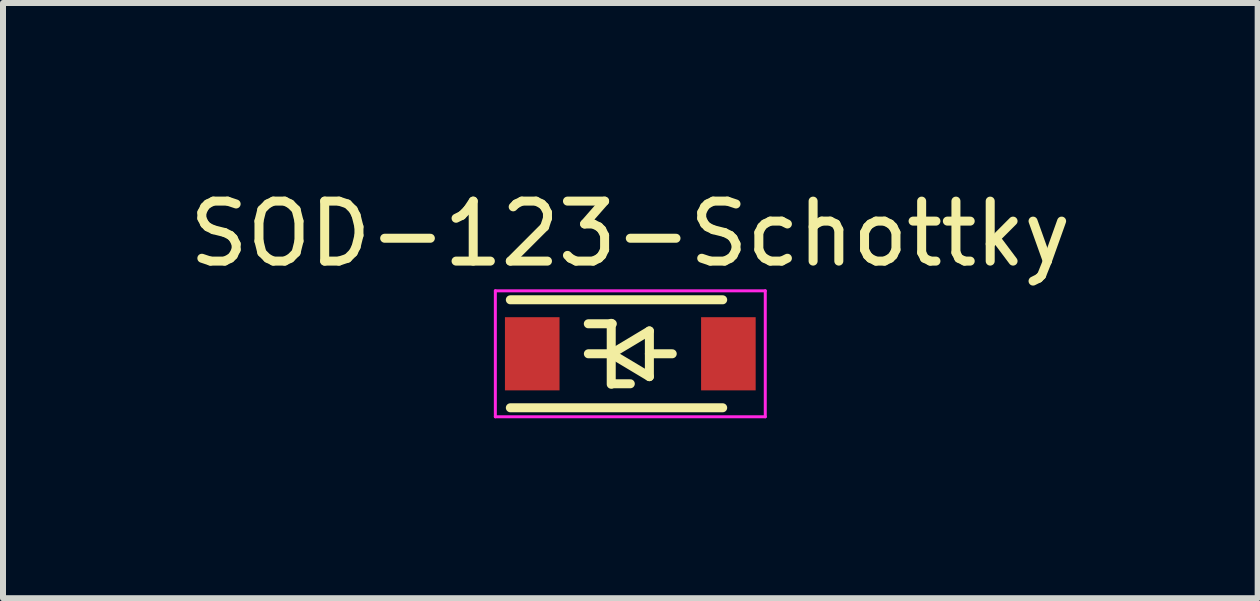
<source format=kicad_pcb>
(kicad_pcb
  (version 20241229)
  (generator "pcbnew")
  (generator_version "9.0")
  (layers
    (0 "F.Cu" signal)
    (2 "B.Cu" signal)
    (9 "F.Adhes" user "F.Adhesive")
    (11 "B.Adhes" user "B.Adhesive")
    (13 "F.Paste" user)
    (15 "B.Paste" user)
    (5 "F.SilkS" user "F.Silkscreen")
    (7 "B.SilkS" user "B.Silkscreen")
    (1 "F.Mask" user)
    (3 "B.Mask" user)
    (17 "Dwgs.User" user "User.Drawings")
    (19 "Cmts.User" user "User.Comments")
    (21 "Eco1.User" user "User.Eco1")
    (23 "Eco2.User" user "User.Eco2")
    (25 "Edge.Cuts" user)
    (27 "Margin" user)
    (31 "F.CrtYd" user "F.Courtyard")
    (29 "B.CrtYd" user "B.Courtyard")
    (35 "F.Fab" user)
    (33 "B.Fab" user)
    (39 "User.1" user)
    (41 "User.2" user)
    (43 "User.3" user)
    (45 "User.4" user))
  (footprint "SOD-123-Schottky"
    (layer "F.Cu")
    (at 7.458 2.848)
    (property "Reference" "SOD-123-Schottky" (at 0 -2 0) (layer "F.SilkS") (effects (font (size 1 1) (thickness 0.15))))
    (attr smd)
    (fp_line (start -2 -0.9) (end 1.54 -0.9) (stroke (width 0.15) (type solid)) (layer "F.SilkS"))
    (fp_line (start -2 0.9) (end 1.54 0.9) (stroke (width 0.15) (type solid)) (layer "F.SilkS"))
    (fp_line (start -0.699 0) (end -0.318 0) (stroke (width 0.15) (type solid)) (layer "F.SilkS"))
    (fp_line (start -0.318 -0.508) (end -0.318 0.508) (stroke (width 0.15) (type solid)) (layer "F.SilkS"))
    (fp_line (start -0.318 0) (end 0.318 -0.381) (stroke (width 0.15) (type solid)) (layer "F.SilkS"))
    (fp_line (start -0.3 -0.5) (end -0.7 -0.5) (stroke (width 0.15) (type solid)) (layer "F.SilkS"))
    (fp_line (start -0.3 0.5) (end 0 0.5) (stroke (width 0.15) (type solid)) (layer "F.SilkS"))
    (fp_line (start 0.318 -0.381) (end 0.318 0.381) (stroke (width 0.15) (type solid)) (layer "F.SilkS"))
    (fp_line (start 0.318 0) (end 0.699 0) (stroke (width 0.15) (type solid)) (layer "F.SilkS"))
    (fp_line (start 0.318 0.381) (end -0.318 0) (stroke (width 0.15) (type solid)) (layer "F.SilkS"))
    (fp_line (start -2.25 -1.05) (end -2.25 1.05) (stroke (width 0.05) (type solid)) (layer "F.CrtYd"))
    (fp_line (start -2.25 -1.05) (end 2.25 -1.05) (stroke (width 0.05) (type solid)) (layer "F.CrtYd"))
    (fp_line (start 2.25 -1.05) (end 2.25 1.05) (stroke (width 0.05) (type solid)) (layer "F.CrtYd"))
    (fp_line (start 2.25 1.05) (end -2.25 1.05) (stroke (width 0.05) (type solid)) (layer "F.CrtYd"))
    (pad "1" smd rect (at -1.635 0) (size 0.91 1.22) (layers "F.Cu" "F.Mask" "F.Paste"))
    (pad "2" smd rect (at 1.635 0) (size 0.91 1.22) (layers "F.Cu" "F.Mask" "F.Paste")))
  (gr_rect
    (start -3 -3)
    (end 17.917 6.923)
    (stroke (width 0.1) (type default))
    (fill no)
    (layer "Edge.Cuts")))
</source>
